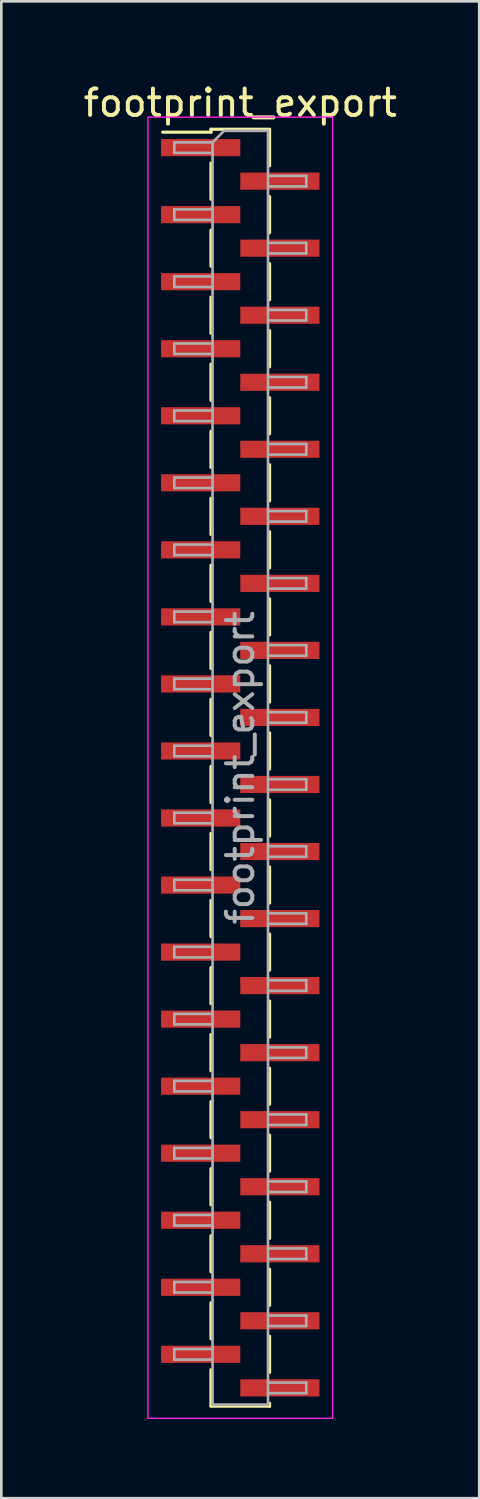
<source format=kicad_pcb>
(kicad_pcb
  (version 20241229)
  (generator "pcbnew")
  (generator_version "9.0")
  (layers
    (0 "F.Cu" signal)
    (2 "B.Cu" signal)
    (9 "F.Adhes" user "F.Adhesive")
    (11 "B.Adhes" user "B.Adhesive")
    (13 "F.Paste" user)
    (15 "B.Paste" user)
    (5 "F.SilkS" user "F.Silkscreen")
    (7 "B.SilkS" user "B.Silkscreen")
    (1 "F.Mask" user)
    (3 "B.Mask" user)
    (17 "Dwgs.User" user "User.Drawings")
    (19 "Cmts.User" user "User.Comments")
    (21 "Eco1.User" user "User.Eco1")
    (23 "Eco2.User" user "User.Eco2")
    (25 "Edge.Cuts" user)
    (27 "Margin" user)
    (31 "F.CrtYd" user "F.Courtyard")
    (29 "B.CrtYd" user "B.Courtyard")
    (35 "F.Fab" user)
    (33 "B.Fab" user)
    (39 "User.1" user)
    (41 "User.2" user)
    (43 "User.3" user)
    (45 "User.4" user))
  (footprint "footprint_export"
    (layer "F.Cu")
    (at 6.054 26.038)
    (property "Reference" "footprint_export" (at 0 -25.19 0) (layer "F.SilkS") (effects (font (size 1 1) (thickness 0.15))))
    (attr smd)
    (fp_line (start -1.11 -24.19) (end -1.11 -24.08) (stroke (width 0.12) (type solid)) (layer "F.SilkS"))
    (fp_line (start -1.11 -24.19) (end 1.11 -24.19) (stroke (width 0.12) (type solid)) (layer "F.SilkS"))
    (fp_line (start -1.11 -24.08) (end -2.94 -24.08) (stroke (width 0.12) (type solid)) (layer "F.SilkS"))
    (fp_line (start -1.11 -22.91) (end -1.11 -21.54) (stroke (width 0.12) (type solid)) (layer "F.SilkS"))
    (fp_line (start -1.11 -20.37) (end -1.11 -19) (stroke (width 0.12) (type solid)) (layer "F.SilkS"))
    (fp_line (start -1.11 -17.83) (end -1.11 -16.46) (stroke (width 0.12) (type solid)) (layer "F.SilkS"))
    (fp_line (start -1.11 -15.29) (end -1.11 -13.92) (stroke (width 0.12) (type solid)) (layer "F.SilkS"))
    (fp_line (start -1.11 -12.75) (end -1.11 -11.38) (stroke (width 0.12) (type solid)) (layer "F.SilkS"))
    (fp_line (start -1.11 -10.21) (end -1.11 -8.84) (stroke (width 0.12) (type solid)) (layer "F.SilkS"))
    (fp_line (start -1.11 -7.67) (end -1.11 -6.3) (stroke (width 0.12) (type solid)) (layer "F.SilkS"))
    (fp_line (start -1.11 -5.13) (end -1.11 -3.76) (stroke (width 0.12) (type solid)) (layer "F.SilkS"))
    (fp_line (start -1.11 -2.59) (end -1.11 -1.22) (stroke (width 0.12) (type solid)) (layer "F.SilkS"))
    (fp_line (start -1.11 -0.05) (end -1.11 1.32) (stroke (width 0.12) (type solid)) (layer "F.SilkS"))
    (fp_line (start -1.11 2.49) (end -1.11 3.86) (stroke (width 0.12) (type solid)) (layer "F.SilkS"))
    (fp_line (start -1.11 5.03) (end -1.11 6.4) (stroke (width 0.12) (type solid)) (layer "F.SilkS"))
    (fp_line (start -1.11 7.57) (end -1.11 8.94) (stroke (width 0.12) (type solid)) (layer "F.SilkS"))
    (fp_line (start -1.11 10.11) (end -1.11 11.48) (stroke (width 0.12) (type solid)) (layer "F.SilkS"))
    (fp_line (start -1.11 12.65) (end -1.11 14.02) (stroke (width 0.12) (type solid)) (layer "F.SilkS"))
    (fp_line (start -1.11 15.19) (end -1.11 16.56) (stroke (width 0.12) (type solid)) (layer "F.SilkS"))
    (fp_line (start -1.11 17.73) (end -1.11 19.1) (stroke (width 0.12) (type solid)) (layer "F.SilkS"))
    (fp_line (start -1.11 20.27) (end -1.11 21.64) (stroke (width 0.12) (type solid)) (layer "F.SilkS"))
    (fp_line (start -1.11 22.81) (end -1.11 24.18) (stroke (width 0.12) (type solid)) (layer "F.SilkS"))
    (fp_line (start -1.11 24.19) (end 1.11 24.19) (stroke (width 0.12) (type solid)) (layer "F.SilkS"))
    (fp_line (start 1.11 -24.18) (end 1.11 -22.81) (stroke (width 0.12) (type solid)) (layer "F.SilkS"))
    (fp_line (start 1.11 -21.64) (end 1.11 -20.27) (stroke (width 0.12) (type solid)) (layer "F.SilkS"))
    (fp_line (start 1.11 -19.1) (end 1.11 -17.73) (stroke (width 0.12) (type solid)) (layer "F.SilkS"))
    (fp_line (start 1.11 -16.56) (end 1.11 -15.19) (stroke (width 0.12) (type solid)) (layer "F.SilkS"))
    (fp_line (start 1.11 -14.02) (end 1.11 -12.65) (stroke (width 0.12) (type solid)) (layer "F.SilkS"))
    (fp_line (start 1.11 -11.48) (end 1.11 -10.11) (stroke (width 0.12) (type solid)) (layer "F.SilkS"))
    (fp_line (start 1.11 -8.94) (end 1.11 -7.57) (stroke (width 0.12) (type solid)) (layer "F.SilkS"))
    (fp_line (start 1.11 -6.4) (end 1.11 -5.03) (stroke (width 0.12) (type solid)) (layer "F.SilkS"))
    (fp_line (start 1.11 -3.86) (end 1.11 -2.49) (stroke (width 0.12) (type solid)) (layer "F.SilkS"))
    (fp_line (start 1.11 -1.32) (end 1.11 0.05) (stroke (width 0.12) (type solid)) (layer "F.SilkS"))
    (fp_line (start 1.11 1.22) (end 1.11 2.59) (stroke (width 0.12) (type solid)) (layer "F.SilkS"))
    (fp_line (start 1.11 3.76) (end 1.11 5.13) (stroke (width 0.12) (type solid)) (layer "F.SilkS"))
    (fp_line (start 1.11 6.3) (end 1.11 7.67) (stroke (width 0.12) (type solid)) (layer "F.SilkS"))
    (fp_line (start 1.11 8.84) (end 1.11 10.21) (stroke (width 0.12) (type solid)) (layer "F.SilkS"))
    (fp_line (start 1.11 11.38) (end 1.11 12.75) (stroke (width 0.12) (type solid)) (layer "F.SilkS"))
    (fp_line (start 1.11 13.92) (end 1.11 15.29) (stroke (width 0.12) (type solid)) (layer "F.SilkS"))
    (fp_line (start 1.11 16.46) (end 1.11 17.83) (stroke (width 0.12) (type solid)) (layer "F.SilkS"))
    (fp_line (start 1.11 19) (end 1.11 20.37) (stroke (width 0.12) (type solid)) (layer "F.SilkS"))
    (fp_line (start 1.11 21.54) (end 1.11 22.91) (stroke (width 0.12) (type solid)) (layer "F.SilkS"))
    (fp_line (start 1.11 24.08) (end 1.11 24.19) (stroke (width 0.12) (type solid)) (layer "F.SilkS"))
    (fp_line (start -3.5 -24.65) (end -3.5 24.65) (stroke (width 0.05) (type solid)) (layer "F.CrtYd"))
    (fp_line (start -3.5 24.65) (end 3.5 24.65) (stroke (width 0.05) (type solid)) (layer "F.CrtYd"))
    (fp_line (start 3.5 -24.65) (end -3.5 -24.65) (stroke (width 0.05) (type solid)) (layer "F.CrtYd"))
    (fp_line (start 3.5 24.65) (end 3.5 -24.65) (stroke (width 0.05) (type solid)) (layer "F.CrtYd"))
    (fp_line (start -2.5 -23.695) (end -2.5 -23.295) (stroke (width 0.1) (type solid)) (layer "F.Fab"))
    (fp_line (start -2.5 -23.295) (end -1.05 -23.295) (stroke (width 0.1) (type solid)) (layer "F.Fab"))
    (fp_line (start -2.5 -21.155) (end -2.5 -20.755) (stroke (width 0.1) (type solid)) (layer "F.Fab"))
    (fp_line (start -2.5 -20.755) (end -1.05 -20.755) (stroke (width 0.1) (type solid)) (layer "F.Fab"))
    (fp_line (start -2.5 -18.615) (end -2.5 -18.215) (stroke (width 0.1) (type solid)) (layer "F.Fab"))
    (fp_line (start -2.5 -18.215) (end -1.05 -18.215) (stroke (width 0.1) (type solid)) (layer "F.Fab"))
    (fp_line (start -2.5 -16.075) (end -2.5 -15.675) (stroke (width 0.1) (type solid)) (layer "F.Fab"))
    (fp_line (start -2.5 -15.675) (end -1.05 -15.675) (stroke (width 0.1) (type solid)) (layer "F.Fab"))
    (fp_line (start -2.5 -13.535) (end -2.5 -13.135) (stroke (width 0.1) (type solid)) (layer "F.Fab"))
    (fp_line (start -2.5 -13.135) (end -1.05 -13.135) (stroke (width 0.1) (type solid)) (layer "F.Fab"))
    (fp_line (start -2.5 -10.995) (end -2.5 -10.595) (stroke (width 0.1) (type solid)) (layer "F.Fab"))
    (fp_line (start -2.5 -10.595) (end -1.05 -10.595) (stroke (width 0.1) (type solid)) (layer "F.Fab"))
    (fp_line (start -2.5 -8.455) (end -2.5 -8.055) (stroke (width 0.1) (type solid)) (layer "F.Fab"))
    (fp_line (start -2.5 -8.055) (end -1.05 -8.055) (stroke (width 0.1) (type solid)) (layer "F.Fab"))
    (fp_line (start -2.5 -5.915) (end -2.5 -5.515) (stroke (width 0.1) (type solid)) (layer "F.Fab"))
    (fp_line (start -2.5 -5.515) (end -1.05 -5.515) (stroke (width 0.1) (type solid)) (layer "F.Fab"))
    (fp_line (start -2.5 -3.375) (end -2.5 -2.975) (stroke (width 0.1) (type solid)) (layer "F.Fab"))
    (fp_line (start -2.5 -2.975) (end -1.05 -2.975) (stroke (width 0.1) (type solid)) (layer "F.Fab"))
    (fp_line (start -2.5 -0.835) (end -2.5 -0.435) (stroke (width 0.1) (type solid)) (layer "F.Fab"))
    (fp_line (start -2.5 -0.435) (end -1.05 -0.435) (stroke (width 0.1) (type solid)) (layer "F.Fab"))
    (fp_line (start -2.5 1.705) (end -2.5 2.105) (stroke (width 0.1) (type solid)) (layer "F.Fab"))
    (fp_line (start -2.5 2.105) (end -1.05 2.105) (stroke (width 0.1) (type solid)) (layer "F.Fab"))
    (fp_line (start -2.5 4.245) (end -2.5 4.645) (stroke (width 0.1) (type solid)) (layer "F.Fab"))
    (fp_line (start -2.5 4.645) (end -1.05 4.645) (stroke (width 0.1) (type solid)) (layer "F.Fab"))
    (fp_line (start -2.5 6.785) (end -2.5 7.185) (stroke (width 0.1) (type solid)) (layer "F.Fab"))
    (fp_line (start -2.5 7.185) (end -1.05 7.185) (stroke (width 0.1) (type solid)) (layer "F.Fab"))
    (fp_line (start -2.5 9.325) (end -2.5 9.725) (stroke (width 0.1) (type solid)) (layer "F.Fab"))
    (fp_line (start -2.5 9.725) (end -1.05 9.725) (stroke (width 0.1) (type solid)) (layer "F.Fab"))
    (fp_line (start -2.5 11.865) (end -2.5 12.265) (stroke (width 0.1) (type solid)) (layer "F.Fab"))
    (fp_line (start -2.5 12.265) (end -1.05 12.265) (stroke (width 0.1) (type solid)) (layer "F.Fab"))
    (fp_line (start -2.5 14.405) (end -2.5 14.805) (stroke (width 0.1) (type solid)) (layer "F.Fab"))
    (fp_line (start -2.5 14.805) (end -1.05 14.805) (stroke (width 0.1) (type solid)) (layer "F.Fab"))
    (fp_line (start -2.5 16.945) (end -2.5 17.345) (stroke (width 0.1) (type solid)) (layer "F.Fab"))
    (fp_line (start -2.5 17.345) (end -1.05 17.345) (stroke (width 0.1) (type solid)) (layer "F.Fab"))
    (fp_line (start -2.5 19.485) (end -2.5 19.885) (stroke (width 0.1) (type solid)) (layer "F.Fab"))
    (fp_line (start -2.5 19.885) (end -1.05 19.885) (stroke (width 0.1) (type solid)) (layer "F.Fab"))
    (fp_line (start -2.5 22.025) (end -2.5 22.425) (stroke (width 0.1) (type solid)) (layer "F.Fab"))
    (fp_line (start -2.5 22.425) (end -1.05 22.425) (stroke (width 0.1) (type solid)) (layer "F.Fab"))
    (fp_line (start -1.05 -23.695) (end -2.5 -23.695) (stroke (width 0.1) (type solid)) (layer "F.Fab"))
    (fp_line (start -1.05 -23.695) (end -0.615 -24.13) (stroke (width 0.1) (type solid)) (layer "F.Fab"))
    (fp_line (start -1.05 -21.155) (end -2.5 -21.155) (stroke (width 0.1) (type solid)) (layer "F.Fab"))
    (fp_line (start -1.05 -18.615) (end -2.5 -18.615) (stroke (width 0.1) (type solid)) (layer "F.Fab"))
    (fp_line (start -1.05 -16.075) (end -2.5 -16.075) (stroke (width 0.1) (type solid)) (layer "F.Fab"))
    (fp_line (start -1.05 -13.535) (end -2.5 -13.535) (stroke (width 0.1) (type solid)) (layer "F.Fab"))
    (fp_line (start -1.05 -10.995) (end -2.5 -10.995) (stroke (width 0.1) (type solid)) (layer "F.Fab"))
    (fp_line (start -1.05 -8.455) (end -2.5 -8.455) (stroke (width 0.1) (type solid)) (layer "F.Fab"))
    (fp_line (start -1.05 -5.915) (end -2.5 -5.915) (stroke (width 0.1) (type solid)) (layer "F.Fab"))
    (fp_line (start -1.05 -3.375) (end -2.5 -3.375) (stroke (width 0.1) (type solid)) (layer "F.Fab"))
    (fp_line (start -1.05 -0.835) (end -2.5 -0.835) (stroke (width 0.1) (type solid)) (layer "F.Fab"))
    (fp_line (start -1.05 1.705) (end -2.5 1.705) (stroke (width 0.1) (type solid)) (layer "F.Fab"))
    (fp_line (start -1.05 4.245) (end -2.5 4.245) (stroke (width 0.1) (type solid)) (layer "F.Fab"))
    (fp_line (start -1.05 6.785) (end -2.5 6.785) (stroke (width 0.1) (type solid)) (layer "F.Fab"))
    (fp_line (start -1.05 9.325) (end -2.5 9.325) (stroke (width 0.1) (type solid)) (layer "F.Fab"))
    (fp_line (start -1.05 11.865) (end -2.5 11.865) (stroke (width 0.1) (type solid)) (layer "F.Fab"))
    (fp_line (start -1.05 14.405) (end -2.5 14.405) (stroke (width 0.1) (type solid)) (layer "F.Fab"))
    (fp_line (start -1.05 16.945) (end -2.5 16.945) (stroke (width 0.1) (type solid)) (layer "F.Fab"))
    (fp_line (start -1.05 19.485) (end -2.5 19.485) (stroke (width 0.1) (type solid)) (layer "F.Fab"))
    (fp_line (start -1.05 22.025) (end -2.5 22.025) (stroke (width 0.1) (type solid)) (layer "F.Fab"))
    (fp_line (start -1.05 24.13) (end -1.05 -23.695) (stroke (width 0.1) (type solid)) (layer "F.Fab"))
    (fp_line (start -0.615 -24.13) (end 1.05 -24.13) (stroke (width 0.1) (type solid)) (layer "F.Fab"))
    (fp_line (start 1.05 -24.13) (end 1.05 24.13) (stroke (width 0.1) (type solid)) (layer "F.Fab"))
    (fp_line (start 1.05 -22.425) (end 2.5 -22.425) (stroke (width 0.1) (type solid)) (layer "F.Fab"))
    (fp_line (start 1.05 -19.885) (end 2.5 -19.885) (stroke (width 0.1) (type solid)) (layer "F.Fab"))
    (fp_line (start 1.05 -17.345) (end 2.5 -17.345) (stroke (width 0.1) (type solid)) (layer "F.Fab"))
    (fp_line (start 1.05 -14.805) (end 2.5 -14.805) (stroke (width 0.1) (type solid)) (layer "F.Fab"))
    (fp_line (start 1.05 -12.265) (end 2.5 -12.265) (stroke (width 0.1) (type solid)) (layer "F.Fab"))
    (fp_line (start 1.05 -9.725) (end 2.5 -9.725) (stroke (width 0.1) (type solid)) (layer "F.Fab"))
    (fp_line (start 1.05 -7.185) (end 2.5 -7.185) (stroke (width 0.1) (type solid)) (layer "F.Fab"))
    (fp_line (start 1.05 -4.645) (end 2.5 -4.645) (stroke (width 0.1) (type solid)) (layer "F.Fab"))
    (fp_line (start 1.05 -2.105) (end 2.5 -2.105) (stroke (width 0.1) (type solid)) (layer "F.Fab"))
    (fp_line (start 1.05 0.435) (end 2.5 0.435) (stroke (width 0.1) (type solid)) (layer "F.Fab"))
    (fp_line (start 1.05 2.975) (end 2.5 2.975) (stroke (width 0.1) (type solid)) (layer "F.Fab"))
    (fp_line (start 1.05 5.515) (end 2.5 5.515) (stroke (width 0.1) (type solid)) (layer "F.Fab"))
    (fp_line (start 1.05 8.055) (end 2.5 8.055) (stroke (width 0.1) (type solid)) (layer "F.Fab"))
    (fp_line (start 1.05 10.595) (end 2.5 10.595) (stroke (width 0.1) (type solid)) (layer "F.Fab"))
    (fp_line (start 1.05 13.135) (end 2.5 13.135) (stroke (width 0.1) (type solid)) (layer "F.Fab"))
    (fp_line (start 1.05 15.675) (end 2.5 15.675) (stroke (width 0.1) (type solid)) (layer "F.Fab"))
    (fp_line (start 1.05 18.215) (end 2.5 18.215) (stroke (width 0.1) (type solid)) (layer "F.Fab"))
    (fp_line (start 1.05 20.755) (end 2.5 20.755) (stroke (width 0.1) (type solid)) (layer "F.Fab"))
    (fp_line (start 1.05 23.295) (end 2.5 23.295) (stroke (width 0.1) (type solid)) (layer "F.Fab"))
    (fp_line (start 1.05 24.13) (end -1.05 24.13) (stroke (width 0.1) (type solid)) (layer "F.Fab"))
    (fp_line (start 2.5 -22.425) (end 2.5 -22.025) (stroke (width 0.1) (type solid)) (layer "F.Fab"))
    (fp_line (start 2.5 -22.025) (end 1.05 -22.025) (stroke (width 0.1) (type solid)) (layer "F.Fab"))
    (fp_line (start 2.5 -19.885) (end 2.5 -19.485) (stroke (width 0.1) (type solid)) (layer "F.Fab"))
    (fp_line (start 2.5 -19.485) (end 1.05 -19.485) (stroke (width 0.1) (type solid)) (layer "F.Fab"))
    (fp_line (start 2.5 -17.345) (end 2.5 -16.945) (stroke (width 0.1) (type solid)) (layer "F.Fab"))
    (fp_line (start 2.5 -16.945) (end 1.05 -16.945) (stroke (width 0.1) (type solid)) (layer "F.Fab"))
    (fp_line (start 2.5 -14.805) (end 2.5 -14.405) (stroke (width 0.1) (type solid)) (layer "F.Fab"))
    (fp_line (start 2.5 -14.405) (end 1.05 -14.405) (stroke (width 0.1) (type solid)) (layer "F.Fab"))
    (fp_line (start 2.5 -12.265) (end 2.5 -11.865) (stroke (width 0.1) (type solid)) (layer "F.Fab"))
    (fp_line (start 2.5 -11.865) (end 1.05 -11.865) (stroke (width 0.1) (type solid)) (layer "F.Fab"))
    (fp_line (start 2.5 -9.725) (end 2.5 -9.325) (stroke (width 0.1) (type solid)) (layer "F.Fab"))
    (fp_line (start 2.5 -9.325) (end 1.05 -9.325) (stroke (width 0.1) (type solid)) (layer "F.Fab"))
    (fp_line (start 2.5 -7.185) (end 2.5 -6.785) (stroke (width 0.1) (type solid)) (layer "F.Fab"))
    (fp_line (start 2.5 -6.785) (end 1.05 -6.785) (stroke (width 0.1) (type solid)) (layer "F.Fab"))
    (fp_line (start 2.5 -4.645) (end 2.5 -4.245) (stroke (width 0.1) (type solid)) (layer "F.Fab"))
    (fp_line (start 2.5 -4.245) (end 1.05 -4.245) (stroke (width 0.1) (type solid)) (layer "F.Fab"))
    (fp_line (start 2.5 -2.105) (end 2.5 -1.705) (stroke (width 0.1) (type solid)) (layer "F.Fab"))
    (fp_line (start 2.5 -1.705) (end 1.05 -1.705) (stroke (width 0.1) (type solid)) (layer "F.Fab"))
    (fp_line (start 2.5 0.435) (end 2.5 0.835) (stroke (width 0.1) (type solid)) (layer "F.Fab"))
    (fp_line (start 2.5 0.835) (end 1.05 0.835) (stroke (width 0.1) (type solid)) (layer "F.Fab"))
    (fp_line (start 2.5 2.975) (end 2.5 3.375) (stroke (width 0.1) (type solid)) (layer "F.Fab"))
    (fp_line (start 2.5 3.375) (end 1.05 3.375) (stroke (width 0.1) (type solid)) (layer "F.Fab"))
    (fp_line (start 2.5 5.515) (end 2.5 5.915) (stroke (width 0.1) (type solid)) (layer "F.Fab"))
    (fp_line (start 2.5 5.915) (end 1.05 5.915) (stroke (width 0.1) (type solid)) (layer "F.Fab"))
    (fp_line (start 2.5 8.055) (end 2.5 8.455) (stroke (width 0.1) (type solid)) (layer "F.Fab"))
    (fp_line (start 2.5 8.455) (end 1.05 8.455) (stroke (width 0.1) (type solid)) (layer "F.Fab"))
    (fp_line (start 2.5 10.595) (end 2.5 10.995) (stroke (width 0.1) (type solid)) (layer "F.Fab"))
    (fp_line (start 2.5 10.995) (end 1.05 10.995) (stroke (width 0.1) (type solid)) (layer "F.Fab"))
    (fp_line (start 2.5 13.135) (end 2.5 13.535) (stroke (width 0.1) (type solid)) (layer "F.Fab"))
    (fp_line (start 2.5 13.535) (end 1.05 13.535) (stroke (width 0.1) (type solid)) (layer "F.Fab"))
    (fp_line (start 2.5 15.675) (end 2.5 16.075) (stroke (width 0.1) (type solid)) (layer "F.Fab"))
    (fp_line (start 2.5 16.075) (end 1.05 16.075) (stroke (width 0.1) (type solid)) (layer "F.Fab"))
    (fp_line (start 2.5 18.215) (end 2.5 18.615) (stroke (width 0.1) (type solid)) (layer "F.Fab"))
    (fp_line (start 2.5 18.615) (end 1.05 18.615) (stroke (width 0.1) (type solid)) (layer "F.Fab"))
    (fp_line (start 2.5 20.755) (end 2.5 21.155) (stroke (width 0.1) (type solid)) (layer "F.Fab"))
    (fp_line (start 2.5 21.155) (end 1.05 21.155) (stroke (width 0.1) (type solid)) (layer "F.Fab"))
    (fp_line (start 2.5 23.295) (end 2.5 23.695) (stroke (width 0.1) (type solid)) (layer "F.Fab"))
    (fp_line (start 2.5 23.695) (end 1.05 23.695) (stroke (width 0.1) (type solid)) (layer "F.Fab"))
    (fp_text user "${REFERENCE}" (at 0 0 90) (layer "F.Fab") (effects (font (size 1 1) (thickness 0.15))))
    (pad "1" smd rect (at -1.5 -23.495) (size 3 0.65) (layers "F.Cu" "F.Mask" "F.Paste"))
    (pad "2" smd rect (at 1.5 -22.225) (size 3 0.65) (layers "F.Cu" "F.Mask" "F.Paste"))
    (pad "3" smd rect (at -1.5 -20.955) (size 3 0.65) (layers "F.Cu" "F.Mask" "F.Paste"))
    (pad "4" smd rect (at 1.5 -19.685) (size 3 0.65) (layers "F.Cu" "F.Mask" "F.Paste"))
    (pad "5" smd rect (at -1.5 -18.415) (size 3 0.65) (layers "F.Cu" "F.Mask" "F.Paste"))
    (pad "6" smd rect (at 1.5 -17.145) (size 3 0.65) (layers "F.Cu" "F.Mask" "F.Paste"))
    (pad "7" smd rect (at -1.5 -15.875) (size 3 0.65) (layers "F.Cu" "F.Mask" "F.Paste"))
    (pad "8" smd rect (at 1.5 -14.605) (size 3 0.65) (layers "F.Cu" "F.Mask" "F.Paste"))
    (pad "9" smd rect (at -1.5 -13.335) (size 3 0.65) (layers "F.Cu" "F.Mask" "F.Paste"))
    (pad "10" smd rect (at 1.5 -12.065) (size 3 0.65) (layers "F.Cu" "F.Mask" "F.Paste"))
    (pad "11" smd rect (at -1.5 -10.795) (size 3 0.65) (layers "F.Cu" "F.Mask" "F.Paste"))
    (pad "12" smd rect (at 1.5 -9.525) (size 3 0.65) (layers "F.Cu" "F.Mask" "F.Paste"))
    (pad "13" smd rect (at -1.5 -8.255) (size 3 0.65) (layers "F.Cu" "F.Mask" "F.Paste"))
    (pad "14" smd rect (at 1.5 -6.985) (size 3 0.65) (layers "F.Cu" "F.Mask" "F.Paste"))
    (pad "15" smd rect (at -1.5 -5.715) (size 3 0.65) (layers "F.Cu" "F.Mask" "F.Paste"))
    (pad "16" smd rect (at 1.5 -4.445) (size 3 0.65) (layers "F.Cu" "F.Mask" "F.Paste"))
    (pad "17" smd rect (at -1.5 -3.175) (size 3 0.65) (layers "F.Cu" "F.Mask" "F.Paste"))
    (pad "18" smd rect (at 1.5 -1.905) (size 3 0.65) (layers "F.Cu" "F.Mask" "F.Paste"))
    (pad "19" smd rect (at -1.5 -0.635) (size 3 0.65) (layers "F.Cu" "F.Mask" "F.Paste"))
    (pad "20" smd rect (at 1.5 0.635) (size 3 0.65) (layers "F.Cu" "F.Mask" "F.Paste"))
    (pad "21" smd rect (at -1.5 1.905) (size 3 0.65) (layers "F.Cu" "F.Mask" "F.Paste"))
    (pad "22" smd rect (at 1.5 3.175) (size 3 0.65) (layers "F.Cu" "F.Mask" "F.Paste"))
    (pad "23" smd rect (at -1.5 4.445) (size 3 0.65) (layers "F.Cu" "F.Mask" "F.Paste"))
    (pad "24" smd rect (at 1.5 5.715) (size 3 0.65) (layers "F.Cu" "F.Mask" "F.Paste"))
    (pad "25" smd rect (at -1.5 6.985) (size 3 0.65) (layers "F.Cu" "F.Mask" "F.Paste"))
    (pad "26" smd rect (at 1.5 8.255) (size 3 0.65) (layers "F.Cu" "F.Mask" "F.Paste"))
    (pad "27" smd rect (at -1.5 9.525) (size 3 0.65) (layers "F.Cu" "F.Mask" "F.Paste"))
    (pad "28" smd rect (at 1.5 10.795) (size 3 0.65) (layers "F.Cu" "F.Mask" "F.Paste"))
    (pad "29" smd rect (at -1.5 12.065) (size 3 0.65) (layers "F.Cu" "F.Mask" "F.Paste"))
    (pad "30" smd rect (at 1.5 13.335) (size 3 0.65) (layers "F.Cu" "F.Mask" "F.Paste"))
    (pad "31" smd rect (at -1.5 14.605) (size 3 0.65) (layers "F.Cu" "F.Mask" "F.Paste"))
    (pad "32" smd rect (at 1.5 15.875) (size 3 0.65) (layers "F.Cu" "F.Mask" "F.Paste"))
    (pad "33" smd rect (at -1.5 17.145) (size 3 0.65) (layers "F.Cu" "F.Mask" "F.Paste"))
    (pad "34" smd rect (at 1.5 18.415) (size 3 0.65) (layers "F.Cu" "F.Mask" "F.Paste"))
    (pad "35" smd rect (at -1.5 19.685) (size 3 0.65) (layers "F.Cu" "F.Mask" "F.Paste"))
    (pad "36" smd rect (at 1.5 20.955) (size 3 0.65) (layers "F.Cu" "F.Mask" "F.Paste"))
    (pad "37" smd rect (at -1.5 22.225) (size 3 0.65) (layers "F.Cu" "F.Mask" "F.Paste"))
    (pad "38" smd rect (at 1.5 23.495) (size 3 0.65) (layers "F.Cu" "F.Mask" "F.Paste")))
  (gr_rect
    (start -3 -3)
    (end 15.107 53.713)
    (stroke (width 0.1) (type default))
    (fill no)
    (layer "Edge.Cuts")))
</source>
